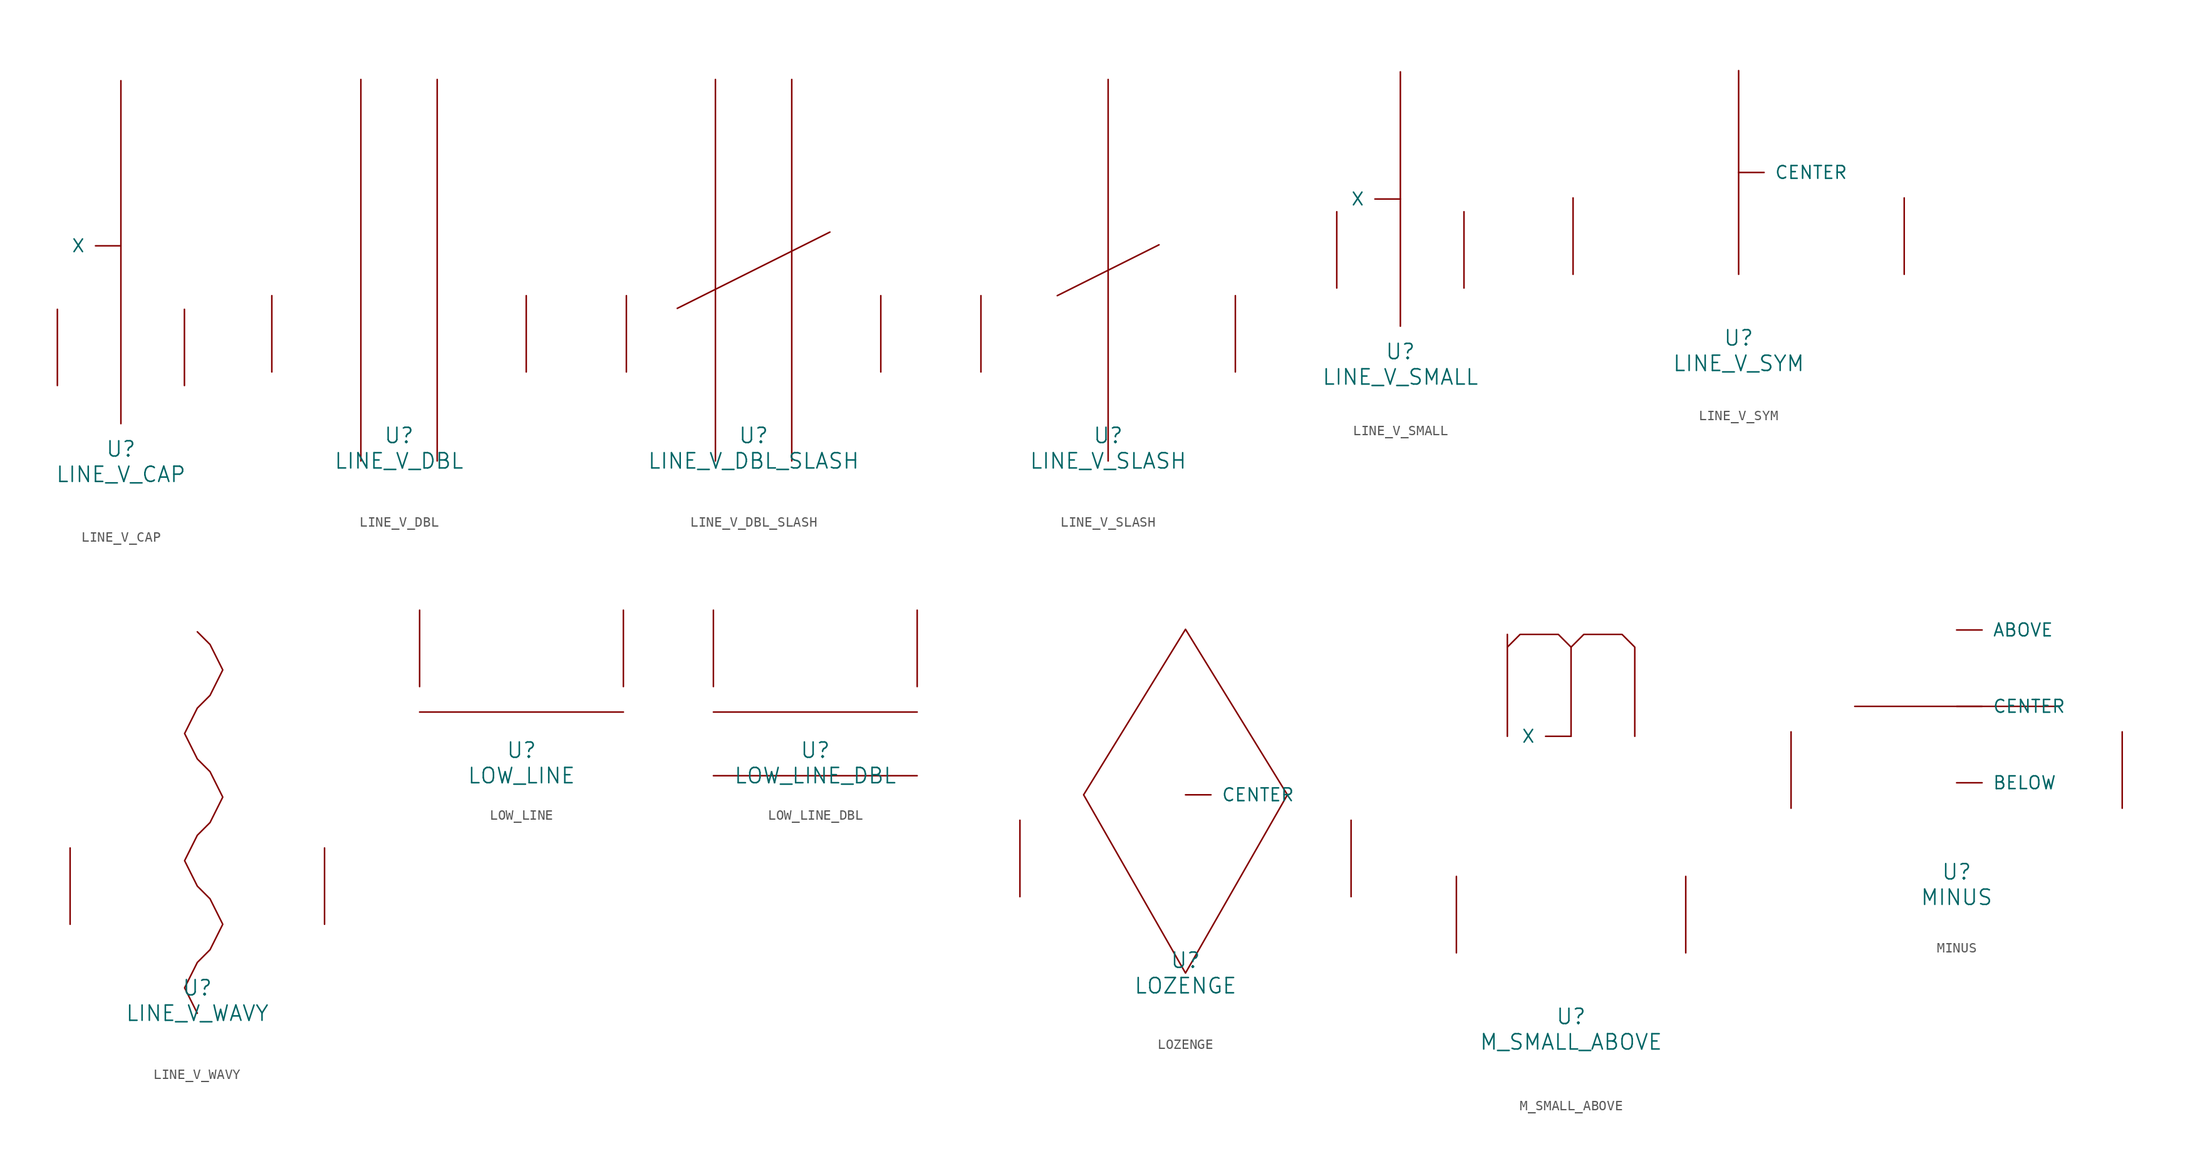
<source format=kicad_sym>
(kicad_symbol_lib
  (version 20220914)
  (generator font_lib2sym)
  (symbol "LINE_V_CAP"
    (pin_names
      (offset 1.016))
    (property "Reference" "U"
      (at 0 -6.35 0)
      (effects (font (size 1.524 1.524))))
    (property "Value" "LINE_V_CAP"
      (at 0 -8.89 0)
      (effects (font (size 1.524 1.524))))
    (symbol "LINE_V_CAP_0_1"
      (polyline (pts (xy 0 30.48) (xy 0 -3.81)) (stroke (width 0) (type solid)) (fill (type none)))
      (pin input line (at 0 13.97 180) (length 2.54) (name "X" (effects (font (size 1.27 1.27)))) (number "~" (effects (font (size 1.27 1.27)))))
      (pin input line (at -6.35 0 90) (length 7.62) (name "~" (effects (font (size 1.27 1.27)))) (number "~" (effects (font (size 1.27 1.27)))))
      (pin input line (at 6.35 0 90) (length 7.62) (name "~" (effects (font (size 1.27 1.27)))) (number "~" (effects (font (size 1.27 1.27)))))))
  (symbol "LINE_V_DBL"
    (pin_names
      (offset 1.016))
    (property "Reference" "U"
      (at 0 -6.35 0)
      (effects (font (size 1.524 1.524))))
    (property "Value" "LINE_V_DBL"
      (at 0 -8.89 0)
      (effects (font (size 1.524 1.524))))
    (symbol "LINE_V_DBL_0_1"
      (polyline (pts (xy -3.81 29.21) (xy -3.81 -8.89)) (stroke (width 0) (type solid)) (fill (type none)))
      (polyline (pts (xy 3.81 29.21) (xy 3.81 -8.89)) (stroke (width 0) (type solid)) (fill (type none)))
      (pin input line (at -12.7 0 90) (length 7.62) (name "~" (effects (font (size 1.27 1.27)))) (number "~" (effects (font (size 1.27 1.27)))))
      (pin input line (at 12.7 0 90) (length 7.62) (name "~" (effects (font (size 1.27 1.27)))) (number "~" (effects (font (size 1.27 1.27)))))))
  (symbol "LINE_V_DBL_SLASH"
    (pin_names
      (offset 1.016))
    (property "Reference" "U"
      (at 0 -6.35 0)
      (effects (font (size 1.524 1.524))))
    (property "Value" "LINE_V_DBL_SLASH"
      (at 0 -8.89 0)
      (effects (font (size 1.524 1.524))))
    (symbol "LINE_V_DBL_SLASH_0_1"
      (polyline (pts (xy -7.62 6.35) (xy 7.62 13.97)) (stroke (width 0) (type solid)) (fill (type none)))
      (polyline (pts (xy -3.81 29.21) (xy -3.81 -8.89)) (stroke (width 0) (type solid)) (fill (type none)))
      (polyline (pts (xy 3.81 29.21) (xy 3.81 -8.89)) (stroke (width 0) (type solid)) (fill (type none)))
      (pin input line (at -12.7 0 90) (length 7.62) (name "~" (effects (font (size 1.27 1.27)))) (number "~" (effects (font (size 1.27 1.27)))))
      (pin input line (at 12.7 0 90) (length 7.62) (name "~" (effects (font (size 1.27 1.27)))) (number "~" (effects (font (size 1.27 1.27)))))))
  (symbol "LINE_V_SLASH"
    (pin_names
      (offset 1.016))
    (property "Reference" "U"
      (at 0 -6.35 0)
      (effects (font (size 1.524 1.524))))
    (property "Value" "LINE_V_SLASH"
      (at 0 -8.89 0)
      (effects (font (size 1.524 1.524))))
    (symbol "LINE_V_SLASH_0_1"
      (polyline (pts (xy -5.08 7.62) (xy 5.08 12.7)) (stroke (width 0) (type solid)) (fill (type none)))
      (polyline (pts (xy 0 29.21) (xy 0 -8.89)) (stroke (width 0) (type solid)) (fill (type none)))
      (pin input line (at -12.7 0 90) (length 7.62) (name "~" (effects (font (size 1.27 1.27)))) (number "~" (effects (font (size 1.27 1.27)))))
      (pin input line (at 12.7 0 90) (length 7.62) (name "~" (effects (font (size 1.27 1.27)))) (number "~" (effects (font (size 1.27 1.27)))))))
  (symbol "LINE_V_SMALL"
    (pin_names
      (offset 1.016))
    (property "Reference" "U"
      (at 0 -6.35 0)
      (effects (font (size 1.524 1.524))))
    (property "Value" "LINE_V_SMALL"
      (at 0 -8.89 0)
      (effects (font (size 1.524 1.524))))
    (symbol "LINE_V_SMALL_0_1"
      (polyline (pts (xy 0 21.59) (xy 0 -3.81)) (stroke (width 0) (type solid)) (fill (type none)))
      (pin input line (at 0 8.89 180) (length 2.54) (name "X" (effects (font (size 1.27 1.27)))) (number "~" (effects (font (size 1.27 1.27)))))
      (pin input line (at -6.35 0 90) (length 7.62) (name "~" (effects (font (size 1.27 1.27)))) (number "~" (effects (font (size 1.27 1.27)))))
      (pin input line (at 6.35 0 90) (length 7.62) (name "~" (effects (font (size 1.27 1.27)))) (number "~" (effects (font (size 1.27 1.27)))))))
  (symbol "LINE_V_SYM"
    (pin_names
      (offset 1.016))
    (property "Reference" "U"
      (at 0 -6.35 0)
      (effects (font (size 1.524 1.524))))
    (property "Value" "LINE_V_SYM"
      (at 0 -8.89 0)
      (effects (font (size 1.524 1.524))))
    (symbol "LINE_V_SYM_0_1"
      (polyline (pts (xy 0 0) (xy 0 20.32)) (stroke (width 0) (type solid)) (fill (type none)))
      (pin input line (at 0 10.16 0) (length 2.54) (name "CENTER" (effects (font (size 1.27 1.27)))) (number "~" (effects (font (size 1.27 1.27)))))
      (pin input line (at -16.51 0 90) (length 7.62) (name "~" (effects (font (size 1.27 1.27)))) (number "~" (effects (font (size 1.27 1.27)))))
      (pin input line (at 16.51 0 90) (length 7.62) (name "~" (effects (font (size 1.27 1.27)))) (number "~" (effects (font (size 1.27 1.27)))))))
  (symbol "LINE_V_WAVY"
    (pin_names
      (offset 1.016))
    (property "Reference" "U"
      (at 0 -6.35 0)
      (effects (font (size 1.524 1.524))))
    (property "Value" "LINE_V_WAVY"
      (at 0 -8.89 0)
      (effects (font (size 1.524 1.524))))
    (symbol "LINE_V_WAVY_0_1"
      (polyline (pts (xy 0 29.21) (xy 1.27 27.94) (xy 2.54 25.4) (xy 1.27 22.86) (xy 0 21.59) (xy -1.27 19.05) (xy 0 16.51) (xy 1.27 15.24) (xy 2.54 12.7) (xy 1.27 10.16) (xy 0 8.89) (xy -1.27 6.35) (xy 0 3.81) (xy 1.27 2.54) (xy 2.54 0) (xy 1.27 -2.54) (xy 0 -3.81) (xy -1.27 -6.35) (xy 0 -8.89)) (stroke (width 0) (type solid)) (fill (type none)))
      (pin input line (at -12.7 0 90) (length 7.62) (name "~" (effects (font (size 1.27 1.27)))) (number "~" (effects (font (size 1.27 1.27)))))
      (pin input line (at 12.7 0 90) (length 7.62) (name "~" (effects (font (size 1.27 1.27)))) (number "~" (effects (font (size 1.27 1.27)))))))
  (symbol "LOW_LINE"
    (pin_names
      (offset 1.016))
    (property "Reference" "U"
      (at 0 -6.35 0)
      (effects (font (size 1.524 1.524))))
    (property "Value" "LOW_LINE"
      (at 0 -8.89 0)
      (effects (font (size 1.524 1.524))))
    (symbol "LOW_LINE_0_1"
      (polyline (pts (xy -10.16 -2.54) (xy 10.16 -2.54)) (stroke (width 0) (type solid)) (fill (type none)))
      (pin input line (at -10.16 0 90) (length 7.62) (name "~" (effects (font (size 1.27 1.27)))) (number "~" (effects (font (size 1.27 1.27)))))
      (pin input line (at 10.16 0 90) (length 7.62) (name "~" (effects (font (size 1.27 1.27)))) (number "~" (effects (font (size 1.27 1.27)))))))
  (symbol "LOW_LINE_DBL"
    (pin_names
      (offset 1.016))
    (property "Reference" "U"
      (at 0 -6.35 0)
      (effects (font (size 1.524 1.524))))
    (property "Value" "LOW_LINE_DBL"
      (at 0 -8.89 0)
      (effects (font (size 1.524 1.524))))
    (symbol "LOW_LINE_DBL_0_1"
      (polyline (pts (xy -10.16 -8.89) (xy 10.16 -8.89)) (stroke (width 0) (type solid)) (fill (type none)))
      (polyline (pts (xy -10.16 -2.54) (xy 10.16 -2.54)) (stroke (width 0) (type solid)) (fill (type none)))
      (pin input line (at -10.16 0 90) (length 7.62) (name "~" (effects (font (size 1.27 1.27)))) (number "~" (effects (font (size 1.27 1.27)))))
      (pin input line (at 10.16 0 90) (length 7.62) (name "~" (effects (font (size 1.27 1.27)))) (number "~" (effects (font (size 1.27 1.27)))))))
  (symbol "LOZENGE"
    (pin_names
      (offset 1.016))
    (property "Reference" "U"
      (at 0 -6.35 0)
      (effects (font (size 1.524 1.524))))
    (property "Value" "LOZENGE"
      (at 0 -8.89 0)
      (effects (font (size 1.524 1.524))))
    (symbol "LOZENGE_0_1"
      (polyline (pts (xy 0 -7.62) (xy -10.16 10.16) (xy 0 26.67) (xy 10.16 10.16) (xy 0 -7.62)) (stroke (width 0) (type solid)) (fill (type none)))
      (pin input line (at 0 10.16 0) (length 2.54) (name "CENTER" (effects (font (size 1.27 1.27)))) (number "~" (effects (font (size 1.27 1.27)))))
      (pin input line (at -16.51 0 90) (length 7.62) (name "~" (effects (font (size 1.27 1.27)))) (number "~" (effects (font (size 1.27 1.27)))))
      (pin input line (at 16.51 0 90) (length 7.62) (name "~" (effects (font (size 1.27 1.27)))) (number "~" (effects (font (size 1.27 1.27)))))))
  (symbol "M_SMALL_ABOVE"
    (pin_names
      (offset 1.016))
    (property "Reference" "U"
      (at 0 -6.35 0)
      (effects (font (size 1.524 1.524))))
    (property "Value" "M_SMALL_ABOVE"
      (at 0 -8.89 0)
      (effects (font (size 1.524 1.524))))
    (symbol "M_SMALL_ABOVE_0_1"
      (polyline (pts (xy -6.35 31.75) (xy -6.35 21.59)) (stroke (width 0) (type solid)) (fill (type none)))
      (polyline (pts (xy -6.35 30.48) (xy -5.08 31.75) (xy -1.27 31.75) (xy 0 30.48) (xy 0 21.59)) (stroke (width 0) (type solid)) (fill (type none)))
      (polyline (pts (xy 0 30.48) (xy 1.27 31.75) (xy 5.08 31.75) (xy 6.35 30.48) (xy 6.35 21.59)) (stroke (width 0) (type solid)) (fill (type none)))
      (pin input line (at 0 21.59 180) (length 2.54) (name "X" (effects (font (size 1.27 1.27)))) (number "~" (effects (font (size 1.27 1.27)))))
      (pin input line (at -11.43 0 90) (length 7.62) (name "~" (effects (font (size 1.27 1.27)))) (number "~" (effects (font (size 1.27 1.27)))))
      (pin input line (at 11.43 0 90) (length 7.62) (name "~" (effects (font (size 1.27 1.27)))) (number "~" (effects (font (size 1.27 1.27)))))))
  (symbol "MINUS"
    (pin_names
      (offset 1.016))
    (property "Reference" "U"
      (at 0 -6.35 0)
      (effects (font (size 1.524 1.524))))
    (property "Value" "MINUS"
      (at 0 -8.89 0)
      (effects (font (size 1.524 1.524))))
    (symbol "MINUS_0_1"
      (polyline (pts (xy -10.16 10.16) (xy 10.16 10.16)) (stroke (width 0) (type solid)) (fill (type none)))
      (pin input line (at 0 17.78 0) (length 2.54) (name "ABOVE" (effects (font (size 1.27 1.27)))) (number "~" (effects (font (size 1.27 1.27)))))
      (pin input line (at 0 2.54 0) (length 2.54) (name "BELOW" (effects (font (size 1.27 1.27)))) (number "~" (effects (font (size 1.27 1.27)))))
      (pin input line (at 0 10.16 0) (length 2.54) (name "CENTER" (effects (font (size 1.27 1.27)))) (number "~" (effects (font (size 1.27 1.27)))))
      (pin input line (at -16.51 0 90) (length 7.62) (name "~" (effects (font (size 1.27 1.27)))) (number "~" (effects (font (size 1.27 1.27)))))
      (pin input line (at 16.51 0 90) (length 7.62) (name "~" (effects (font (size 1.27 1.27)))) (number "~" (effects (font (size 1.27 1.27))))))))
</source>
